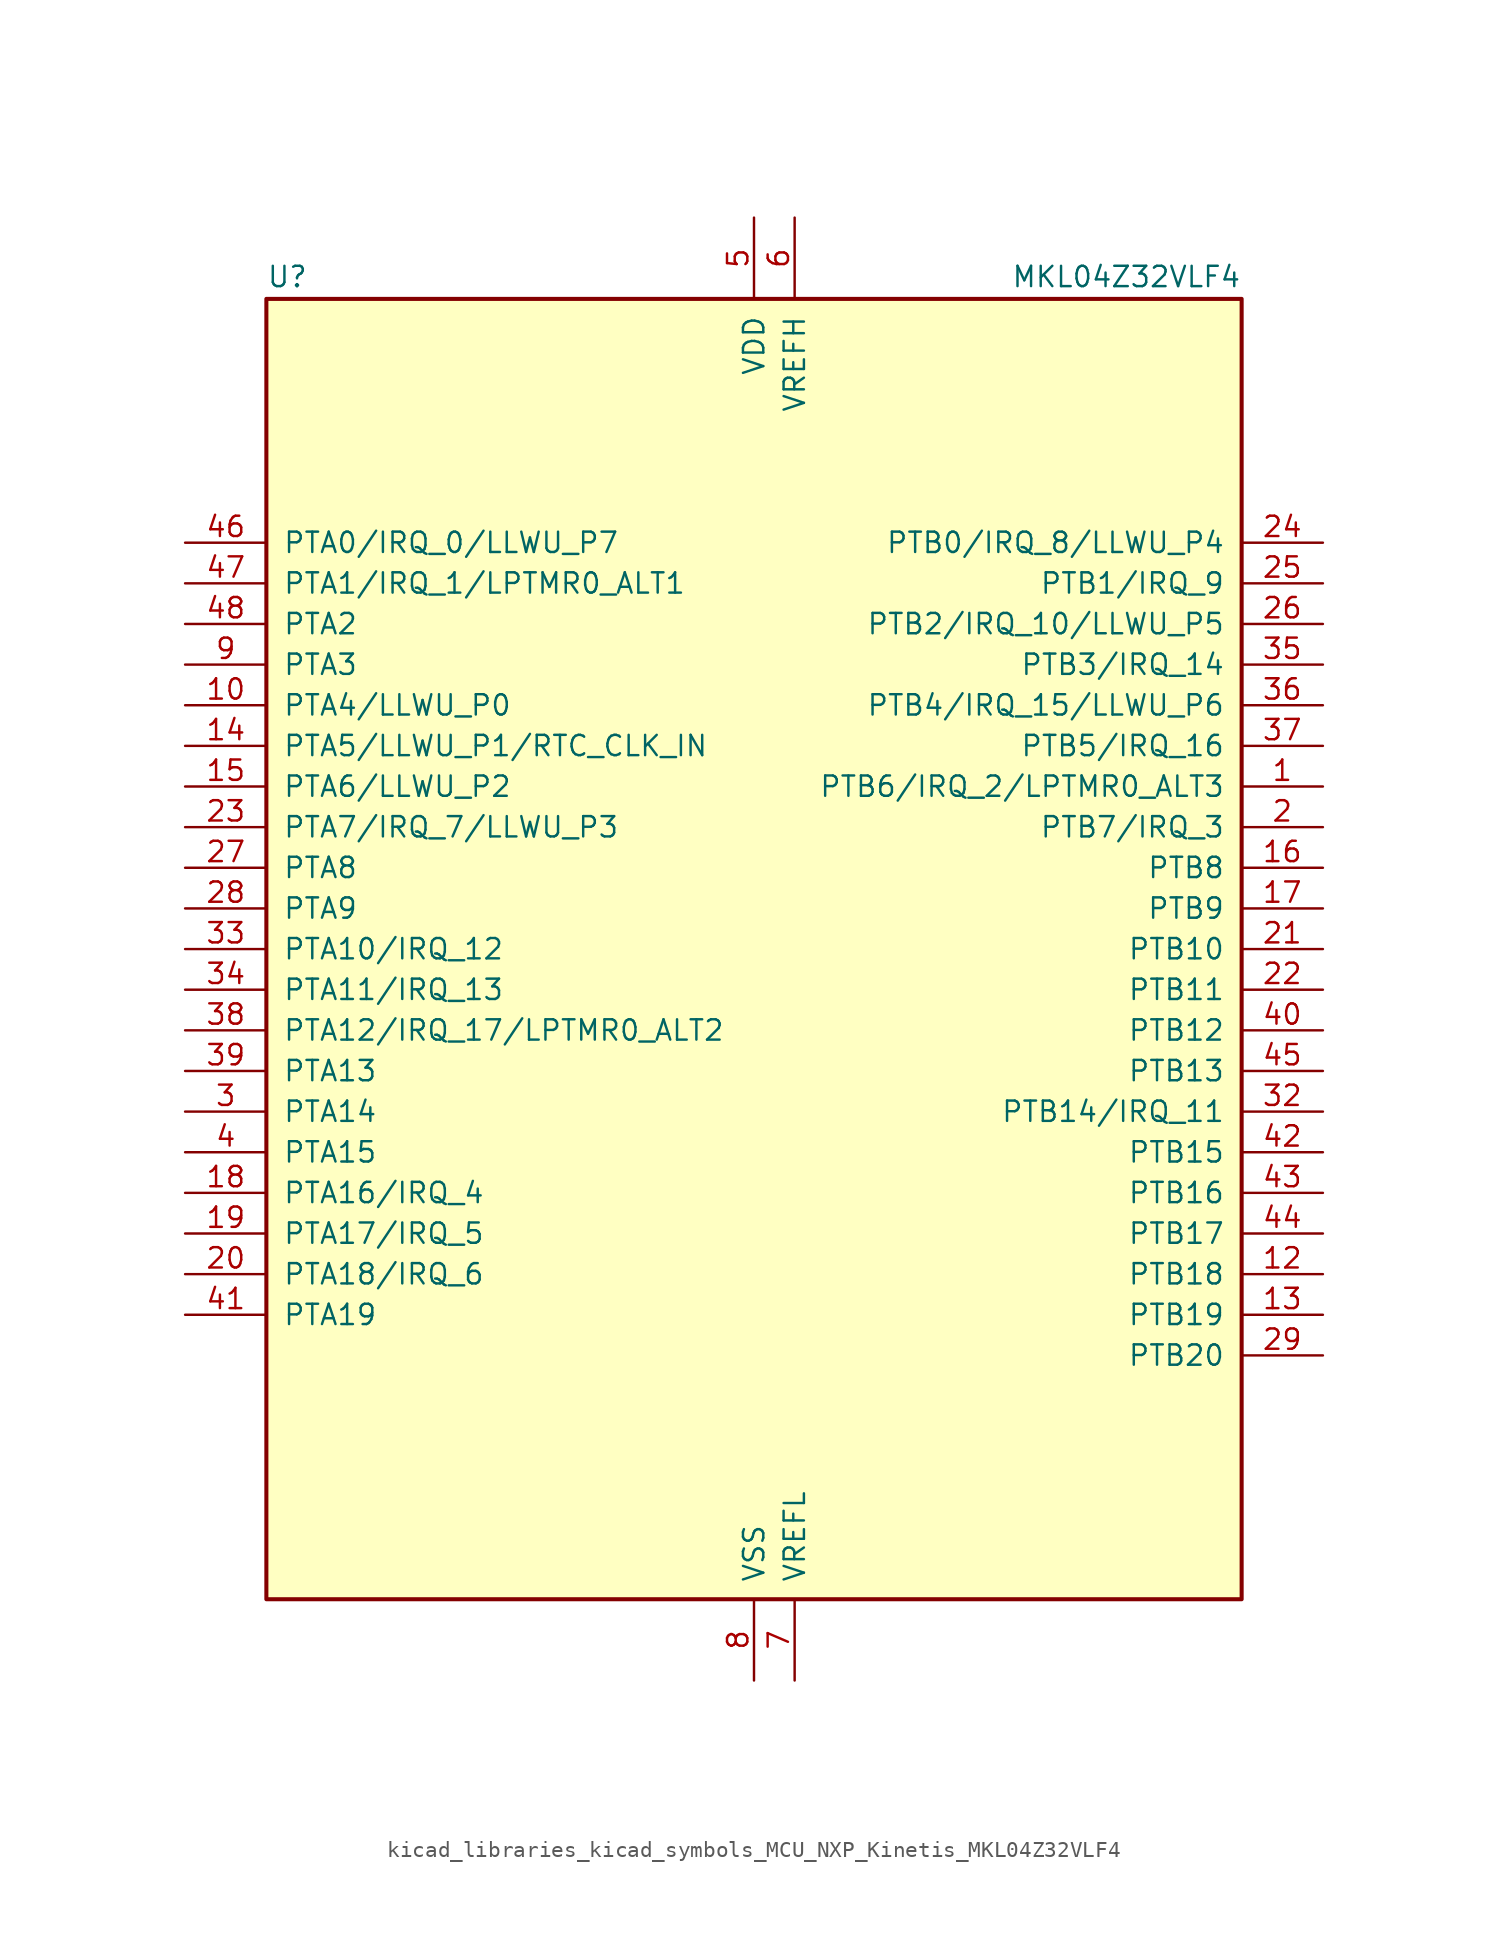
<source format=kicad_sym>
(kicad_symbol_lib
  (version 20220914)
  (generator kicad_symbol_editor)
  (symbol "kicad_libraries_kicad_symbols_MCU_NXP_Kinetis_MKL04Z32VLF4"
    (pin_names
      (offset 1.016))
    (property "Reference" "U"
      (at -30.48 41.275 0)
      (effects (font (size 1.27 1.27)) (justify left bottom)))
    (property "Value" "MKL04Z32VLF4"
      (at 30.48 41.275 0)
      (effects (font (size 1.27 1.27)) (justify right bottom)))
    (symbol "kicad_libraries_kicad_symbols_MCU_NXP_Kinetis_MKL04Z32VLF4_0_1"
      (rectangle (start -30.48 40.64) (end 30.48 -40.64) (stroke (width 0.254) (type default)) (fill (type background))))
    (symbol "kicad_libraries_kicad_symbols_MCU_NXP_Kinetis_MKL04Z32VLF4_1_1"
      (pin bidirectional line (at 35.56 10.16 180) (length 5.08) (name "PTB6/IRQ_2/LPTMR0_ALT3" (effects (font (size 1.27 1.27)))) (number "1" (effects (font (size 1.27 1.27)))))
      (pin bidirectional line (at -35.56 15.24 0) (length 5.08) (name "PTA4/LLWU_P0" (effects (font (size 1.27 1.27)))) (number "10" (effects (font (size 1.27 1.27)))))
      (pin passive line (at 0 -45.72 90) (length 5.08) hide (name "VSS" (effects (font (size 1.27 1.27)))) (number "11" (effects (font (size 1.27 1.27)))))
      (pin bidirectional line (at 35.56 -20.32 180) (length 5.08) (name "PTB18" (effects (font (size 1.27 1.27)))) (number "12" (effects (font (size 1.27 1.27)))))
      (pin bidirectional line (at 35.56 -22.86 180) (length 5.08) (name "PTB19" (effects (font (size 1.27 1.27)))) (number "13" (effects (font (size 1.27 1.27)))))
      (pin bidirectional line (at -35.56 12.7 0) (length 5.08) (name "PTA5/LLWU_P1/RTC_CLK_IN" (effects (font (size 1.27 1.27)))) (number "14" (effects (font (size 1.27 1.27)))))
      (pin bidirectional line (at -35.56 10.16 0) (length 5.08) (name "PTA6/LLWU_P2" (effects (font (size 1.27 1.27)))) (number "15" (effects (font (size 1.27 1.27)))))
      (pin bidirectional line (at 35.56 5.08 180) (length 5.08) (name "PTB8" (effects (font (size 1.27 1.27)))) (number "16" (effects (font (size 1.27 1.27)))))
      (pin bidirectional line (at 35.56 2.54 180) (length 5.08) (name "PTB9" (effects (font (size 1.27 1.27)))) (number "17" (effects (font (size 1.27 1.27)))))
      (pin bidirectional line (at -35.56 -15.24 0) (length 5.08) (name "PTA16/IRQ_4" (effects (font (size 1.27 1.27)))) (number "18" (effects (font (size 1.27 1.27)))))
      (pin bidirectional line (at -35.56 -17.78 0) (length 5.08) (name "PTA17/IRQ_5" (effects (font (size 1.27 1.27)))) (number "19" (effects (font (size 1.27 1.27)))))
      (pin bidirectional line (at 35.56 7.62 180) (length 5.08) (name "PTB7/IRQ_3" (effects (font (size 1.27 1.27)))) (number "2" (effects (font (size 1.27 1.27)))))
      (pin bidirectional line (at -35.56 -20.32 0) (length 5.08) (name "PTA18/IRQ_6" (effects (font (size 1.27 1.27)))) (number "20" (effects (font (size 1.27 1.27)))))
      (pin bidirectional line (at 35.56 0 180) (length 5.08) (name "PTB10" (effects (font (size 1.27 1.27)))) (number "21" (effects (font (size 1.27 1.27)))))
      (pin bidirectional line (at 35.56 -2.54 180) (length 5.08) (name "PTB11" (effects (font (size 1.27 1.27)))) (number "22" (effects (font (size 1.27 1.27)))))
      (pin bidirectional line (at -35.56 7.62 0) (length 5.08) (name "PTA7/IRQ_7/LLWU_P3" (effects (font (size 1.27 1.27)))) (number "23" (effects (font (size 1.27 1.27)))))
      (pin bidirectional line (at 35.56 25.4 180) (length 5.08) (name "PTB0/IRQ_8/LLWU_P4" (effects (font (size 1.27 1.27)))) (number "24" (effects (font (size 1.27 1.27)))))
      (pin bidirectional line (at 35.56 22.86 180) (length 5.08) (name "PTB1/IRQ_9" (effects (font (size 1.27 1.27)))) (number "25" (effects (font (size 1.27 1.27)))))
      (pin bidirectional line (at 35.56 20.32 180) (length 5.08) (name "PTB2/IRQ_10/LLWU_P5" (effects (font (size 1.27 1.27)))) (number "26" (effects (font (size 1.27 1.27)))))
      (pin bidirectional line (at -35.56 5.08 0) (length 5.08) (name "PTA8" (effects (font (size 1.27 1.27)))) (number "27" (effects (font (size 1.27 1.27)))))
      (pin bidirectional line (at -35.56 2.54 0) (length 5.08) (name "PTA9" (effects (font (size 1.27 1.27)))) (number "28" (effects (font (size 1.27 1.27)))))
      (pin bidirectional line (at 35.56 -25.4 180) (length 5.08) (name "PTB20" (effects (font (size 1.27 1.27)))) (number "29" (effects (font (size 1.27 1.27)))))
      (pin bidirectional line (at -35.56 -10.16 0) (length 5.08) (name "PTA14" (effects (font (size 1.27 1.27)))) (number "3" (effects (font (size 1.27 1.27)))))
      (pin passive line (at 0 -45.72 90) (length 5.08) hide (name "VSS" (effects (font (size 1.27 1.27)))) (number "30" (effects (font (size 1.27 1.27)))))
      (pin passive line (at 0 45.72 270) (length 5.08) hide (name "VDD" (effects (font (size 1.27 1.27)))) (number "31" (effects (font (size 1.27 1.27)))))
      (pin bidirectional line (at 35.56 -10.16 180) (length 5.08) (name "PTB14/IRQ_11" (effects (font (size 1.27 1.27)))) (number "32" (effects (font (size 1.27 1.27)))))
      (pin bidirectional line (at -35.56 0 0) (length 5.08) (name "PTA10/IRQ_12" (effects (font (size 1.27 1.27)))) (number "33" (effects (font (size 1.27 1.27)))))
      (pin bidirectional line (at -35.56 -2.54 0) (length 5.08) (name "PTA11/IRQ_13" (effects (font (size 1.27 1.27)))) (number "34" (effects (font (size 1.27 1.27)))))
      (pin bidirectional line (at 35.56 17.78 180) (length 5.08) (name "PTB3/IRQ_14" (effects (font (size 1.27 1.27)))) (number "35" (effects (font (size 1.27 1.27)))))
      (pin bidirectional line (at 35.56 15.24 180) (length 5.08) (name "PTB4/IRQ_15/LLWU_P6" (effects (font (size 1.27 1.27)))) (number "36" (effects (font (size 1.27 1.27)))))
      (pin bidirectional line (at 35.56 12.7 180) (length 5.08) (name "PTB5/IRQ_16" (effects (font (size 1.27 1.27)))) (number "37" (effects (font (size 1.27 1.27)))))
      (pin bidirectional line (at -35.56 -5.08 0) (length 5.08) (name "PTA12/IRQ_17/LPTMR0_ALT2" (effects (font (size 1.27 1.27)))) (number "38" (effects (font (size 1.27 1.27)))))
      (pin bidirectional line (at -35.56 -7.62 0) (length 5.08) (name "PTA13" (effects (font (size 1.27 1.27)))) (number "39" (effects (font (size 1.27 1.27)))))
      (pin bidirectional line (at -35.56 -12.7 0) (length 5.08) (name "PTA15" (effects (font (size 1.27 1.27)))) (number "4" (effects (font (size 1.27 1.27)))))
      (pin bidirectional line (at 35.56 -5.08 180) (length 5.08) (name "PTB12" (effects (font (size 1.27 1.27)))) (number "40" (effects (font (size 1.27 1.27)))))
      (pin bidirectional line (at -35.56 -22.86 0) (length 5.08) (name "PTA19" (effects (font (size 1.27 1.27)))) (number "41" (effects (font (size 1.27 1.27)))))
      (pin bidirectional line (at 35.56 -12.7 180) (length 5.08) (name "PTB15" (effects (font (size 1.27 1.27)))) (number "42" (effects (font (size 1.27 1.27)))))
      (pin bidirectional line (at 35.56 -15.24 180) (length 5.08) (name "PTB16" (effects (font (size 1.27 1.27)))) (number "43" (effects (font (size 1.27 1.27)))))
      (pin bidirectional line (at 35.56 -17.78 180) (length 5.08) (name "PTB17" (effects (font (size 1.27 1.27)))) (number "44" (effects (font (size 1.27 1.27)))))
      (pin bidirectional line (at 35.56 -7.62 180) (length 5.08) (name "PTB13" (effects (font (size 1.27 1.27)))) (number "45" (effects (font (size 1.27 1.27)))))
      (pin bidirectional line (at -35.56 25.4 0) (length 5.08) (name "PTA0/IRQ_0/LLWU_P7" (effects (font (size 1.27 1.27)))) (number "46" (effects (font (size 1.27 1.27)))))
      (pin bidirectional line (at -35.56 22.86 0) (length 5.08) (name "PTA1/IRQ_1/LPTMR0_ALT1" (effects (font (size 1.27 1.27)))) (number "47" (effects (font (size 1.27 1.27)))))
      (pin bidirectional line (at -35.56 20.32 0) (length 5.08) (name "PTA2" (effects (font (size 1.27 1.27)))) (number "48" (effects (font (size 1.27 1.27)))))
      (pin power_in line (at 0 45.72 270) (length 5.08) (name "VDD" (effects (font (size 1.27 1.27)))) (number "5" (effects (font (size 1.27 1.27)))))
      (pin power_in line (at 2.54 45.72 270) (length 5.08) (name "VREFH" (effects (font (size 1.27 1.27)))) (number "6" (effects (font (size 1.27 1.27)))))
      (pin power_in line (at 2.54 -45.72 90) (length 5.08) (name "VREFL" (effects (font (size 1.27 1.27)))) (number "7" (effects (font (size 1.27 1.27)))))
      (pin power_in line (at 0 -45.72 90) (length 5.08) (name "VSS" (effects (font (size 1.27 1.27)))) (number "8" (effects (font (size 1.27 1.27)))))
      (pin bidirectional line (at -35.56 17.78 0) (length 5.08) (name "PTA3" (effects (font (size 1.27 1.27)))) (number "9" (effects (font (size 1.27 1.27))))))))
</source>
